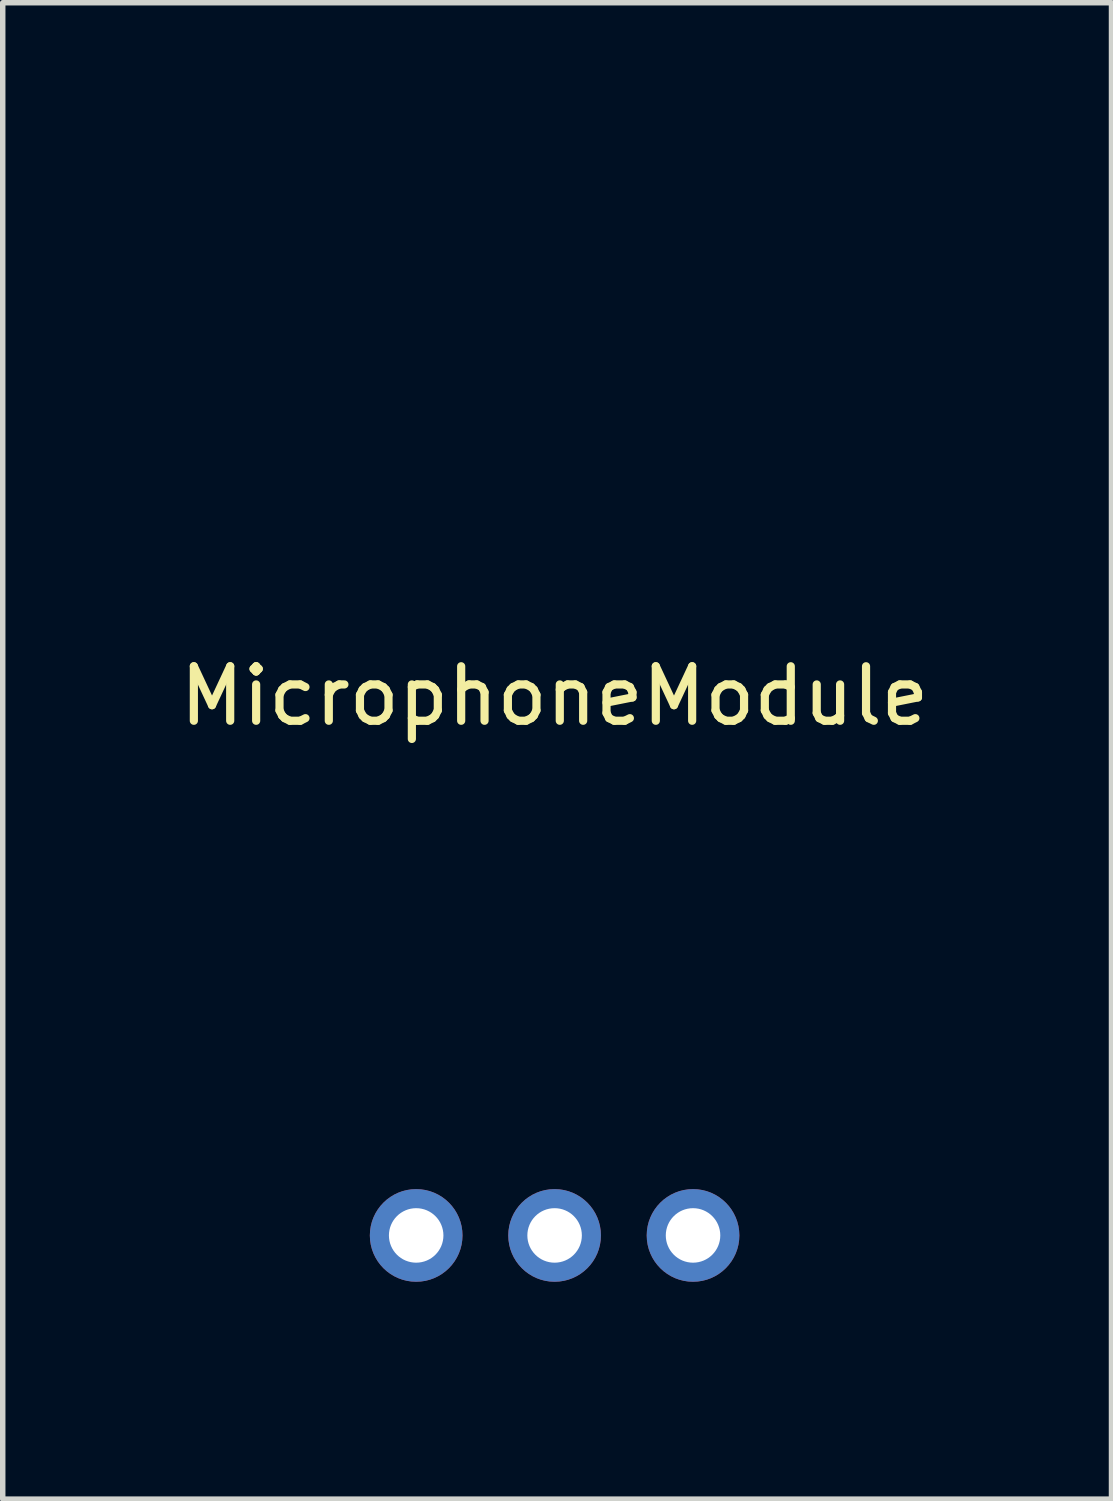
<source format=kicad_pcb>
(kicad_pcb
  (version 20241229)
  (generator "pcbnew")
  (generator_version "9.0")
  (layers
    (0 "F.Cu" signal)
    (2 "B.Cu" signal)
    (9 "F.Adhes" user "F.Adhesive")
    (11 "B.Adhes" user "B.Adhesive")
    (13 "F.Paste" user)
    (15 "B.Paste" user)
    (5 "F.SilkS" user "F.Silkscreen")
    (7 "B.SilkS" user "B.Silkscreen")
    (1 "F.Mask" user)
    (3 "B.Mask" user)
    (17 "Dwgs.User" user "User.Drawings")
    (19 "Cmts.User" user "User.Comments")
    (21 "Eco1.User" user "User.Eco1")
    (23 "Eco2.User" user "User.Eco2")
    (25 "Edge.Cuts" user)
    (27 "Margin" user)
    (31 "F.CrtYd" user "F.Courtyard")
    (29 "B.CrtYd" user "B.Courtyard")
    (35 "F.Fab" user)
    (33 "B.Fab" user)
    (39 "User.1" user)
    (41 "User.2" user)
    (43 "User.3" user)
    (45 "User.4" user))
  (footprint "MicrophoneModule"
    (layer "F.Cu")
    (at 7.126 10.22)
    (property "Reference" "MicrophoneModule" (at 0 -0.5 0) (unlocked yes) (layer "F.SilkS") (effects (font (size 1 1) (thickness 0.15))))
    (attr through_hole)
    (fp_line (start -7.066 9.652) (end -7.066 -8.636) (stroke (width 0.12) (type solid)) (layer "Eco1.User"))
    (fp_line (start -5.542 -10.16) (end 5.634 -10.16) (stroke (width 0.12) (type solid)) (layer "Eco1.User"))
    (fp_line (start 5.634 11.176) (end -5.542 11.176) (stroke (width 0.12) (type solid)) (layer "Eco1.User"))
    (fp_line (start 7.158 -8.636) (end 7.158 9.652) (stroke (width 0.12) (type solid)) (layer "Eco1.User"))
    (fp_arc (start -7.066211 -8.636) (mid -6.619842 -9.713631) (end -5.542211 -10.16) (stroke (width 0.12) (type solid)) (layer "Eco1.User"))
    (fp_arc (start -5.542211 11.176) (mid -6.619842 10.729631) (end -7.066211 9.652) (stroke (width 0.12) (type solid)) (layer "Eco1.User"))
    (fp_arc (start 5.633789 -10.16) (mid 6.71142 -9.713631) (end 7.157789 -8.636) (stroke (width 0.12) (type solid)) (layer "Eco1.User"))
    (fp_arc (start 7.157789 9.652) (mid 6.71142 10.729631) (end 5.633789 11.176) (stroke (width 0.12) (type solid)) (layer "Eco1.User"))
    (pad "1" thru_hole circle (at -2.54 9.398 90) (size 1.7 1.7) (drill 1) (layers "*.Cu" "*.Mask"))
    (pad "2" thru_hole oval (at 0 9.398 90) (size 1.7 1.7) (drill 1) (layers "*.Cu" "*.Mask"))
    (pad "3" thru_hole oval (at 2.54 9.398 90) (size 1.7 1.7) (drill 1) (layers "*.Cu" "*.Mask")))
  (gr_rect
    (start -3 -3)
    (end 17.344 24.456)
    (stroke (width 0.1) (type default))
    (fill no)
    (layer "Edge.Cuts")))
</source>
